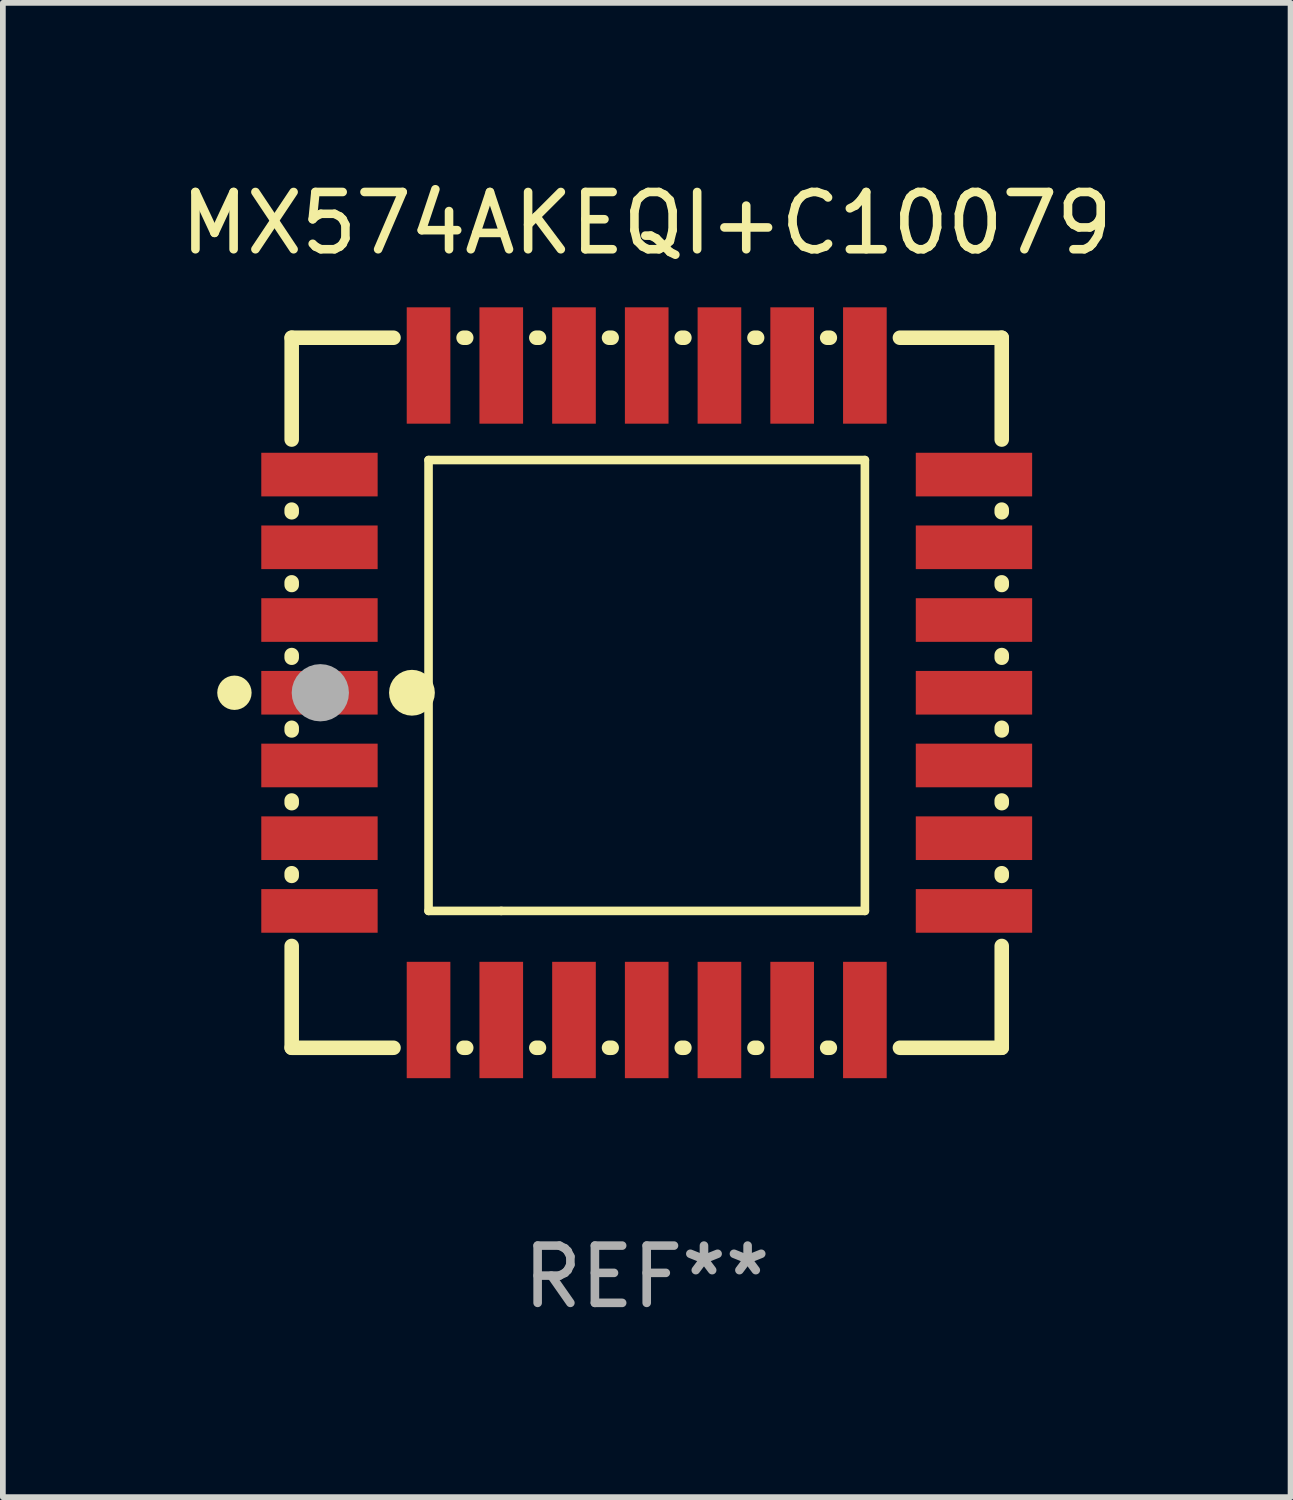
<source format=kicad_pcb>
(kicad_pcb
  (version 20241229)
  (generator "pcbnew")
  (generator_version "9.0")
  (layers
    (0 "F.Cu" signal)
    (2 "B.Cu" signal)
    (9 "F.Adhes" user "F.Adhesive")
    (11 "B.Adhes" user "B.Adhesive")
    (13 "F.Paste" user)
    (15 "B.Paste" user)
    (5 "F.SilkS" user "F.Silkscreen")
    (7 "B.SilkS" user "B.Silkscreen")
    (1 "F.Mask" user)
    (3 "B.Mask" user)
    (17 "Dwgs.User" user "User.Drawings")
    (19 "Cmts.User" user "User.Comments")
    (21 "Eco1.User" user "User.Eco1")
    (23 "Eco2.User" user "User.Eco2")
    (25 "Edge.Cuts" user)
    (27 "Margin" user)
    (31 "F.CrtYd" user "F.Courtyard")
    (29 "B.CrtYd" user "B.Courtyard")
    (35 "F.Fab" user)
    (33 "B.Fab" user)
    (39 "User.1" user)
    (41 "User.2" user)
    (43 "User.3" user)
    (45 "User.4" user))
  (footprint "MX574AKEQI+C10079"
    (layer "F.Cu")
    (at 8.244 9.048)
    (property "Reference" "MX574AKEQI+C10079" (at 0 -8.2 0) (layer "F.SilkS") (effects (font (size 1 1) (thickness 0.15))))
    (attr through_hole)
    (fp_line (start -6.2 -6.2) (end -4.422 -6.2) (stroke (width 0.254) (type solid)) (layer "F.SilkS"))
    (fp_line (start -6.2 -4.422) (end -6.2 -6.2) (stroke (width 0.254) (type solid)) (layer "F.SilkS"))
    (fp_line (start -6.2 -3.152) (end -6.2 -3.198) (stroke (width 0.254) (type solid)) (layer "F.SilkS"))
    (fp_line (start -6.2 -1.882) (end -6.2 -1.928) (stroke (width 0.254) (type solid)) (layer "F.SilkS"))
    (fp_line (start -6.2 -0.612) (end -6.2 -0.658) (stroke (width 0.254) (type solid)) (layer "F.SilkS"))
    (fp_line (start -6.2 0.658) (end -6.2 0.612) (stroke (width 0.254) (type solid)) (layer "F.SilkS"))
    (fp_line (start -6.2 1.928) (end -6.2 1.882) (stroke (width 0.254) (type solid)) (layer "F.SilkS"))
    (fp_line (start -6.2 3.198) (end -6.2 3.152) (stroke (width 0.254) (type solid)) (layer "F.SilkS"))
    (fp_line (start -6.2 6.2) (end -6.2 4.422) (stroke (width 0.254) (type solid)) (layer "F.SilkS"))
    (fp_line (start -4.422 6.2) (end -6.2 6.2) (stroke (width 0.254) (type solid)) (layer "F.SilkS"))
    (fp_line (start -3.81 -4.064) (end 3.81 -4.064) (stroke (width 0.15) (type solid)) (layer "F.SilkS"))
    (fp_line (start -3.81 3.81) (end -3.81 -4.064) (stroke (width 0.15) (type solid)) (layer "F.SilkS"))
    (fp_line (start -3.198 -6.2) (end -3.152 -6.2) (stroke (width 0.254) (type solid)) (layer "F.SilkS"))
    (fp_line (start -3.152 6.2) (end -3.198 6.2) (stroke (width 0.254) (type solid)) (layer "F.SilkS"))
    (fp_line (start -2.54 3.81) (end -3.81 3.81) (stroke (width 0.15) (type solid)) (layer "F.SilkS"))
    (fp_line (start -1.928 -6.2) (end -1.882 -6.2) (stroke (width 0.254) (type solid)) (layer "F.SilkS"))
    (fp_line (start -1.882 6.2) (end -1.928 6.2) (stroke (width 0.254) (type solid)) (layer "F.SilkS"))
    (fp_line (start -0.658 -6.2) (end -0.612 -6.2) (stroke (width 0.254) (type solid)) (layer "F.SilkS"))
    (fp_line (start -0.612 6.2) (end -0.658 6.2) (stroke (width 0.254) (type solid)) (layer "F.SilkS"))
    (fp_line (start 0.612 -6.2) (end 0.658 -6.2) (stroke (width 0.254) (type solid)) (layer "F.SilkS"))
    (fp_line (start 0.658 6.2) (end 0.612 6.2) (stroke (width 0.254) (type solid)) (layer "F.SilkS"))
    (fp_line (start 1.882 -6.2) (end 1.928 -6.2) (stroke (width 0.254) (type solid)) (layer "F.SilkS"))
    (fp_line (start 1.928 6.2) (end 1.882 6.2) (stroke (width 0.254) (type solid)) (layer "F.SilkS"))
    (fp_line (start 3.152 -6.2) (end 3.198 -6.2) (stroke (width 0.254) (type solid)) (layer "F.SilkS"))
    (fp_line (start 3.198 6.2) (end 3.152 6.2) (stroke (width 0.254) (type solid)) (layer "F.SilkS"))
    (fp_line (start 3.81 -4.064) (end 3.81 3.81) (stroke (width 0.15) (type solid)) (layer "F.SilkS"))
    (fp_line (start 3.81 3.81) (end -2.54 3.81) (stroke (width 0.15) (type solid)) (layer "F.SilkS"))
    (fp_line (start 4.422 -6.2) (end 6.2 -6.2) (stroke (width 0.254) (type solid)) (layer "F.SilkS"))
    (fp_line (start 6.2 -6.2) (end 6.2 -4.422) (stroke (width 0.254) (type solid)) (layer "F.SilkS"))
    (fp_line (start 6.2 -3.198) (end 6.2 -3.152) (stroke (width 0.254) (type solid)) (layer "F.SilkS"))
    (fp_line (start 6.2 -1.928) (end 6.2 -1.882) (stroke (width 0.254) (type solid)) (layer "F.SilkS"))
    (fp_line (start 6.2 -0.658) (end 6.2 -0.612) (stroke (width 0.254) (type solid)) (layer "F.SilkS"))
    (fp_line (start 6.2 0.612) (end 6.2 0.658) (stroke (width 0.254) (type solid)) (layer "F.SilkS"))
    (fp_line (start 6.2 1.882) (end 6.2 1.928) (stroke (width 0.254) (type solid)) (layer "F.SilkS"))
    (fp_line (start 6.2 3.152) (end 6.2 3.198) (stroke (width 0.254) (type solid)) (layer "F.SilkS"))
    (fp_line (start 6.2 4.422) (end 6.2 6.2) (stroke (width 0.254) (type solid)) (layer "F.SilkS"))
    (fp_line (start 6.2 6.2) (end 4.422 6.2) (stroke (width 0.254) (type solid)) (layer "F.SilkS"))
    (fp_circle (center -7.2 0) (end -7.05 0) (stroke (width 0.3) (type solid)) (fill no) (layer "F.SilkS"))
    (fp_circle (center -6.223 6.223) (end -6.193 6.223) (stroke (width 0.06) (type solid)) (fill no) (layer "F.SilkS"))
    (fp_circle (center -4.1 0) (end -3.9 0) (stroke (width 0.4) (type solid)) (fill no) (layer "F.SilkS"))
    (fp_circle (center -5.7 0) (end -5.45 0) (stroke (width 0.5) (type solid)) (fill no) (layer "F.Fab"))
    (fp_text user "REF**" (at 0 10.2 0) (layer "F.Fab") (effects (font (size 1 1) (thickness 0.15))))
    (pad "1" smd rect (at -5.715 0) (size 2.032 0.762) (layers "F.Cu" "F.Mask" "F.Paste"))
    (pad "2" smd rect (at -5.715 1.27) (size 2.032 0.762) (layers "F.Cu" "F.Mask" "F.Paste"))
    (pad "3" smd rect (at -5.715 2.54) (size 2.032 0.762) (layers "F.Cu" "F.Mask" "F.Paste"))
    (pad "4" smd rect (at -5.715 3.81) (size 2.032 0.762) (layers "F.Cu" "F.Mask" "F.Paste"))
    (pad "5" smd rect (at -3.81 5.715) (size 0.762 2.032) (layers "F.Cu" "F.Mask" "F.Paste"))
    (pad "6" smd rect (at -2.54 5.715) (size 0.762 2.032) (layers "F.Cu" "F.Mask" "F.Paste"))
    (pad "7" smd rect (at -1.27 5.715) (size 0.762 2.032) (layers "F.Cu" "F.Mask" "F.Paste"))
    (pad "8" smd rect (at 0 5.715) (size 0.762 2.032) (layers "F.Cu" "F.Mask" "F.Paste"))
    (pad "9" smd rect (at 1.27 5.715) (size 0.762 2.032) (layers "F.Cu" "F.Mask" "F.Paste"))
    (pad "10" smd rect (at 2.54 5.715) (size 0.762 2.032) (layers "F.Cu" "F.Mask" "F.Paste"))
    (pad "11" smd rect (at 3.81 5.715) (size 0.762 2.032) (layers "F.Cu" "F.Mask" "F.Paste"))
    (pad "12" smd rect (at 5.715 3.81) (size 2.032 0.762) (layers "F.Cu" "F.Mask" "F.Paste"))
    (pad "13" smd rect (at 5.715 2.54) (size 2.032 0.762) (layers "F.Cu" "F.Mask" "F.Paste"))
    (pad "14" smd rect (at 5.715 1.27) (size 2.032 0.762) (layers "F.Cu" "F.Mask" "F.Paste"))
    (pad "15" smd rect (at 5.715 0) (size 2.032 0.762) (layers "F.Cu" "F.Mask" "F.Paste"))
    (pad "16" smd rect (at 5.715 -1.27) (size 2.032 0.762) (layers "F.Cu" "F.Mask" "F.Paste"))
    (pad "17" smd rect (at 5.715 -2.54) (size 2.032 0.762) (layers "F.Cu" "F.Mask" "F.Paste"))
    (pad "18" smd rect (at 5.715 -3.81) (size 2.032 0.762) (layers "F.Cu" "F.Mask" "F.Paste"))
    (pad "19" smd rect (at 3.81 -5.715) (size 0.762 2.032) (layers "F.Cu" "F.Mask" "F.Paste"))
    (pad "20" smd rect (at 2.54 -5.715) (size 0.762 2.032) (layers "F.Cu" "F.Mask" "F.Paste"))
    (pad "21" smd rect (at 1.27 -5.715) (size 0.762 2.032) (layers "F.Cu" "F.Mask" "F.Paste"))
    (pad "22" smd rect (at 0 -5.715) (size 0.762 2.032) (layers "F.Cu" "F.Mask" "F.Paste"))
    (pad "23" smd rect (at -1.27 -5.715) (size 0.762 2.032) (layers "F.Cu" "F.Mask" "F.Paste"))
    (pad "24" smd rect (at -2.54 -5.715) (size 0.762 2.032) (layers "F.Cu" "F.Mask" "F.Paste"))
    (pad "25" smd rect (at -3.81 -5.715) (size 0.762 2.032) (layers "F.Cu" "F.Mask" "F.Paste"))
    (pad "26" smd rect (at -5.715 -3.81) (size 2.032 0.762) (layers "F.Cu" "F.Mask" "F.Paste"))
    (pad "27" smd rect (at -5.715 -2.54) (size 2.032 0.762) (layers "F.Cu" "F.Mask" "F.Paste"))
    (pad "28" smd rect (at -5.715 -1.27) (size 2.032 0.762) (layers "F.Cu" "F.Mask" "F.Paste")))
  (gr_rect
    (start -3 -3)
    (end 19.488 23.096)
    (stroke (width 0.1) (type default))
    (fill no)
    (layer "Edge.Cuts")))
</source>
